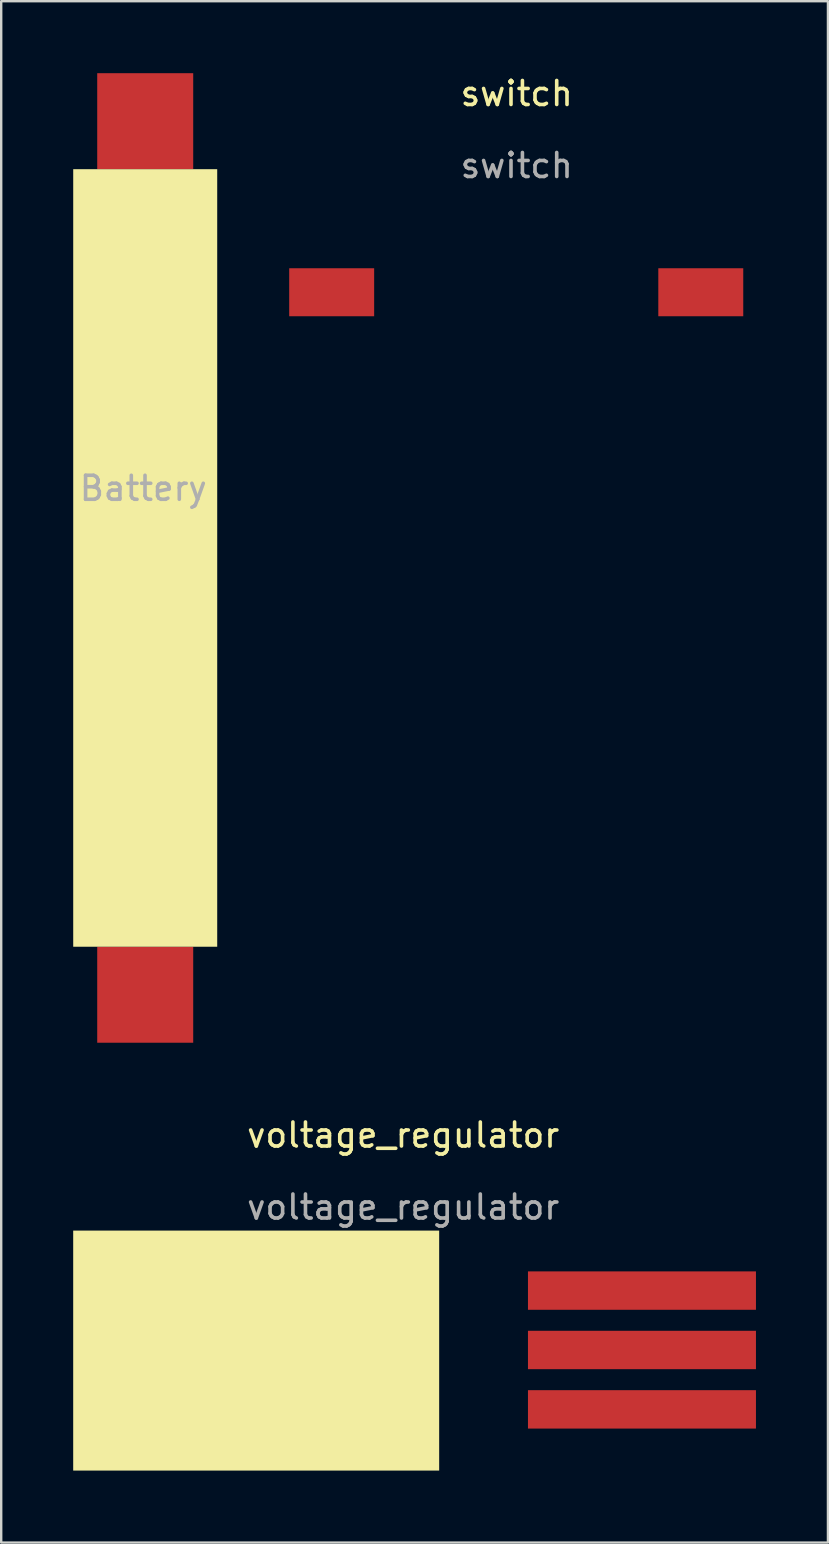
<source format=kicad_pcb>
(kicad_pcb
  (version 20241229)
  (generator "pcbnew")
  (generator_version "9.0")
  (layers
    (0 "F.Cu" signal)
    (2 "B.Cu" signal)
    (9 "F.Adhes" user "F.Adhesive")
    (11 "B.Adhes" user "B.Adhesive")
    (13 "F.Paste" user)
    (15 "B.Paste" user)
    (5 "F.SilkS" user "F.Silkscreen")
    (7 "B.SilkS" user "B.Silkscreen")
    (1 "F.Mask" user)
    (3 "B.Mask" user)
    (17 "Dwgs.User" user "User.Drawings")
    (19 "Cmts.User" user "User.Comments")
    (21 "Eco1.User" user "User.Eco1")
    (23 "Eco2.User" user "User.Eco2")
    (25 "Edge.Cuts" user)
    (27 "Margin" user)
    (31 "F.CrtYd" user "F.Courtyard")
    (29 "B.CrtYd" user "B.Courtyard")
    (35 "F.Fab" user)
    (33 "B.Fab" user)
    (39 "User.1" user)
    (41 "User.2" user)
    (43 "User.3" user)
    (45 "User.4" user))
  (footprint "voltage_regulator"
    (layer "F.Cu")
    (at 13.73 53.278)
    (property "Reference" "voltage_regulator" (at 0.02 -9.03 0) (unlocked yes) (layer "F.SilkS") (effects (font (size 1 1) (thickness 0.15))))
    (attr smd)
    (fp_rect (start -13.73 -5.05) (end 1.52 4.95) (stroke (width 0.0001) (type solid)) (fill yes) (layer "F.SilkS"))
    (fp_text user "${REFERENCE}" (at 0.02 -6.03 0) (unlocked yes) (layer "F.Fab") (effects (font (size 1 1) (thickness 0.15))))
    (pad "1" smd rect (at 9.97 2.4) (size 9.5 1.6) (layers "F.Cu" "F.Mask" "F.Paste"))
    (pad "2" smd rect (at 9.97 -0.075) (size 9.5 1.6) (layers "F.Cu" "F.Mask" "F.Paste"))
    (pad "3" smd rect (at 9.97 -2.55) (size 9.5 1.6) (layers "F.Cu" "F.Mask" "F.Paste")))
  (footprint "switch"
    (layer "F.Cu")
    (at 18.461 9.128)
    (property "Reference" "switch" (at 0.02 -8.28 0) (unlocked yes) (layer "F.SilkS") (effects (font (size 1 1) (thickness 0.15))))
    (attr smd)
    (fp_rect (start -5.95 4.1) (end 5.95 -4.1) (stroke (width 0.001) (type solid)) (fill no) (layer "F.SilkS"))
    (fp_text user "${REFERENCE}" (at 0.02 -5.28 0) (unlocked yes) (layer "F.Fab") (effects (font (size 1 1) (thickness 0.15))))
    (pad "1" smd rect (at -7.69 0) (size 3.54 2) (layers "F.Cu" "F.Mask" "F.Paste"))
    (pad "2" smd rect (at 7.69 0) (size 3.54 2) (layers "F.Cu" "F.Mask" "F.Paste"))
    (zone (net_name "") (layers "F.Cu" "B.Cu" "F.SilkS") (hatch edge 0.508) (connect_pads) (min_thickness 0.254) (filled_areas_thickness no) (keepout (tracks not_allowed) (vias not_allowed) (pads allowed) (copperpour not_allowed) (footprints allowed)) (placement (enabled no)) (fill) (polygon (pts (xy 24.411 13.228) (xy 12.511 13.228) (xy 12.511 5.028) (xy 24.411 5.028)))))
  (footprint "Battery"
    (layer "F.Cu")
    (at 3.001 20.2)
    (property "Reference" "Battery" (at -0.08 -5.9 0) (unlocked yes) (layer "F.SilkS") (effects (font (size 1 1) (thickness 0.15))))
    (attr smd)
    (fp_rect (start -3 -16.2) (end 3 16.2) (stroke (width 0.001) (type solid)) (fill yes) (layer "F.SilkS"))
    (fp_text user "${REFERENCE}" (at -0.08 -2.9 0) (unlocked yes) (layer "F.Fab") (effects (font (size 1 1) (thickness 0.15))))
    (pad "1" smd rect (at 0 18.2) (size 4 4) (layers "F.Cu" "F.Mask" "F.Paste"))
    (pad "2" smd rect (at 0 -18.2) (size 4 4) (layers "F.Cu" "F.Mask" "F.Paste")))
  (gr_rect
    (start -3 -3)
    (end 31.45 61.228)
    (stroke (width 0.1) (type default))
    (fill no)
    (layer "Edge.Cuts")))
</source>
